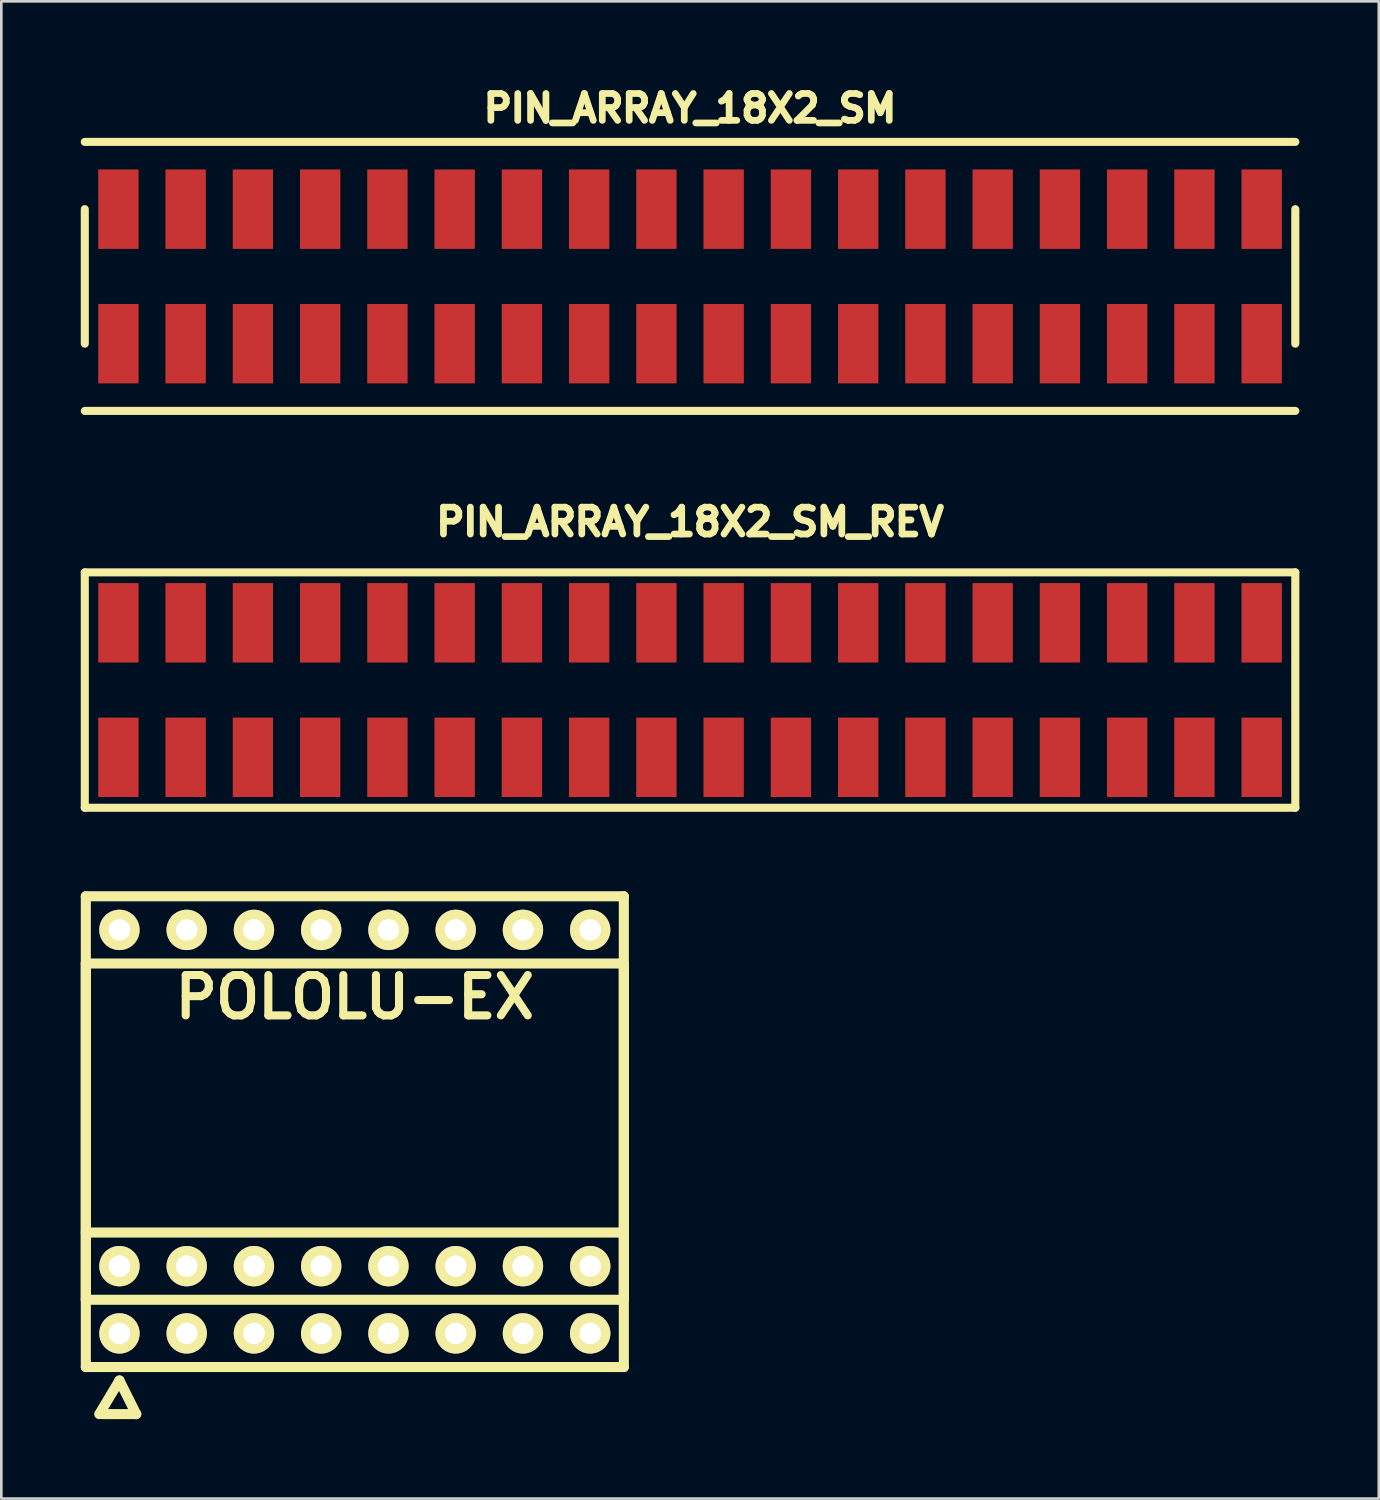
<source format=kicad_pcb>
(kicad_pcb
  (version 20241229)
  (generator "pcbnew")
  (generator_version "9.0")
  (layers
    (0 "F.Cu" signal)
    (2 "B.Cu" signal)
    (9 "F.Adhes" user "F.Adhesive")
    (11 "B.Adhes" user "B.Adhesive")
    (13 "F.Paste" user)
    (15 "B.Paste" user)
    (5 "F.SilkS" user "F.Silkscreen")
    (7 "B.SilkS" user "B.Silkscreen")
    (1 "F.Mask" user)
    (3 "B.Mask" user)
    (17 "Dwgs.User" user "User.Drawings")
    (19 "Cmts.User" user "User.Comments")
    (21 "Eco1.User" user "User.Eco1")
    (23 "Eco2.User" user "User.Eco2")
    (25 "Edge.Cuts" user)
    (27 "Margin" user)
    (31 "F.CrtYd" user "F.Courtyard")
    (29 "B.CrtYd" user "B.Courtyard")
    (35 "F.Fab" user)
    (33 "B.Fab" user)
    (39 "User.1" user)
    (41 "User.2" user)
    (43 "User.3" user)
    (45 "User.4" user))
  (footprint "POLOLU-EX"
    (layer "F.Cu")
    (at 10.351 44.771)
    (property "Reference" "POLOLU-EX" (at 0 -10.16 0) (layer "F.SilkS") (effects (font (size 1.524 1.524) (thickness 0.305))))
    (attr through_hole)
    (fp_line (start -10.16 -13.97) (end 10.16 -13.97) (stroke (width 0.381) (type solid)) (layer "F.SilkS"))
    (fp_line (start -10.16 -11.43) (end 10.16 -11.43) (stroke (width 0.381) (type solid)) (layer "F.SilkS"))
    (fp_line (start -10.16 -1.27) (end 10.16 -1.27) (stroke (width 0.381) (type solid)) (layer "F.SilkS"))
    (fp_line (start -10.16 1.27) (end -10.16 -13.97) (stroke (width 0.381) (type solid)) (layer "F.SilkS"))
    (fp_line (start -10.16 3.81) (end -10.16 -11.43) (stroke (width 0.381) (type solid)) (layer "F.SilkS"))
    (fp_line (start -9.652 5.588) (end -8.89 4.318) (stroke (width 0.381) (type solid)) (layer "F.SilkS"))
    (fp_line (start -8.89 4.318) (end -8.255 5.588) (stroke (width 0.381) (type solid)) (layer "F.SilkS"))
    (fp_line (start -8.255 5.588) (end -9.525 5.588) (stroke (width 0.381) (type solid)) (layer "F.SilkS"))
    (fp_line (start 10.16 -13.97) (end 10.16 1.27) (stroke (width 0.381) (type solid)) (layer "F.SilkS"))
    (fp_line (start 10.16 -11.43) (end 10.16 3.81) (stroke (width 0.381) (type solid)) (layer "F.SilkS"))
    (fp_line (start 10.16 1.27) (end -10.16 1.27) (stroke (width 0.381) (type solid)) (layer "F.SilkS"))
    (fp_line (start 10.16 3.81) (end -10.16 3.81) (stroke (width 0.381) (type solid)) (layer "F.SilkS"))
    (pad "1" thru_hole circle (at -8.89 0) (size 1.524 1.524) (drill 0.813) (layers "*.Cu" "*.Mask" "F.SilkS"))
    (pad "1" thru_hole circle (at -8.89 2.54) (size 1.524 1.524) (drill 0.813) (layers "*.Cu" "*.Mask" "F.SilkS"))
    (pad "2" thru_hole circle (at -6.35 0) (size 1.524 1.524) (drill 0.813) (layers "*.Cu" "*.Mask" "F.SilkS"))
    (pad "2" thru_hole circle (at -6.35 2.54) (size 1.524 1.524) (drill 0.813) (layers "*.Cu" "*.Mask" "F.SilkS"))
    (pad "3" thru_hole circle (at -3.81 0) (size 1.524 1.524) (drill 0.813) (layers "*.Cu" "*.Mask" "F.SilkS"))
    (pad "3" thru_hole circle (at -3.81 2.54) (size 1.524 1.524) (drill 0.813) (layers "*.Cu" "*.Mask" "F.SilkS"))
    (pad "4" thru_hole circle (at -1.27 0) (size 1.524 1.524) (drill 0.813) (layers "*.Cu" "*.Mask" "F.SilkS"))
    (pad "4" thru_hole circle (at -1.27 2.54) (size 1.524 1.524) (drill 0.813) (layers "*.Cu" "*.Mask" "F.SilkS"))
    (pad "5" thru_hole circle (at 1.27 0) (size 1.524 1.524) (drill 0.813) (layers "*.Cu" "*.Mask" "F.SilkS"))
    (pad "5" thru_hole circle (at 1.27 2.54) (size 1.524 1.524) (drill 0.813) (layers "*.Cu" "*.Mask" "F.SilkS"))
    (pad "6" thru_hole circle (at 3.81 0) (size 1.524 1.524) (drill 0.813) (layers "*.Cu" "*.Mask" "F.SilkS"))
    (pad "6" thru_hole circle (at 3.81 2.54) (size 1.524 1.524) (drill 0.813) (layers "*.Cu" "*.Mask" "F.SilkS"))
    (pad "7" thru_hole circle (at 6.35 0) (size 1.524 1.524) (drill 0.813) (layers "*.Cu" "*.Mask" "F.SilkS"))
    (pad "7" thru_hole circle (at 6.35 2.54) (size 1.524 1.524) (drill 0.813) (layers "*.Cu" "*.Mask" "F.SilkS"))
    (pad "8" thru_hole circle (at 8.89 0) (size 1.524 1.524) (drill 0.813) (layers "*.Cu" "*.Mask" "F.SilkS"))
    (pad "8" thru_hole circle (at 8.89 2.54) (size 1.524 1.524) (drill 0.813) (layers "*.Cu" "*.Mask" "F.SilkS"))
    (pad "9" thru_hole circle (at 8.89 -12.7) (size 1.524 1.524) (drill 0.813) (layers "*.Cu" "*.Mask" "F.SilkS"))
    (pad "10" thru_hole circle (at 6.35 -12.7) (size 1.524 1.524) (drill 0.813) (layers "*.Cu" "*.Mask" "F.SilkS"))
    (pad "11" thru_hole circle (at 3.81 -12.7) (size 1.524 1.524) (drill 0.813) (layers "*.Cu" "*.Mask" "F.SilkS"))
    (pad "12" thru_hole circle (at 1.27 -12.7) (size 1.524 1.524) (drill 0.813) (layers "*.Cu" "*.Mask" "F.SilkS"))
    (pad "13" thru_hole circle (at -1.27 -12.7) (size 1.524 1.524) (drill 0.813) (layers "*.Cu" "*.Mask" "F.SilkS"))
    (pad "14" thru_hole circle (at -3.81 -12.7) (size 1.524 1.524) (drill 0.813) (layers "*.Cu" "*.Mask" "F.SilkS"))
    (pad "15" thru_hole circle (at -6.35 -12.7) (size 1.524 1.524) (drill 0.813) (layers "*.Cu" "*.Mask" "F.SilkS"))
    (pad "16" thru_hole circle (at -8.89 -12.7) (size 1.524 1.524) (drill 0.813) (layers "*.Cu" "*.Mask" "F.SilkS")))
  (footprint "PIN_ARRAY_18X2_SM"
    (layer "F.Cu")
    (at 23.012 7.39)
    (property "Reference" "PIN_ARRAY_18X2_SM" (at 0 -6.35 0) (layer "F.SilkS") (effects (font (size 1.016 1.016) (thickness 0.254))))
    (attr through_hole)
    (fp_line (start -22.86 -5.08) (end 22.86 -5.08) (stroke (width 0.305) (type solid)) (layer "F.SilkS"))
    (fp_line (start -22.86 -2.54) (end -22.86 2.54) (stroke (width 0.305) (type solid)) (layer "F.SilkS"))
    (fp_line (start 22.86 -2.54) (end 22.86 2.54) (stroke (width 0.305) (type solid)) (layer "F.SilkS"))
    (fp_line (start 22.86 5.08) (end -22.86 5.08) (stroke (width 0.305) (type solid)) (layer "F.SilkS"))
    (pad "1" smd rect (at -21.59 2.54) (size 1.524 3) (layers "F.Cu" "F.Mask" "F.Paste"))
    (pad "2" smd rect (at -21.59 -2.54) (size 1.524 3) (layers "F.Cu" "F.Mask" "F.Paste"))
    (pad "3" smd rect (at -19.05 2.54) (size 1.524 3) (layers "F.Cu" "F.Mask" "F.Paste"))
    (pad "4" smd rect (at -19.05 -2.54) (size 1.524 3) (layers "F.Cu" "F.Mask" "F.Paste"))
    (pad "5" smd rect (at -16.51 2.54) (size 1.524 3) (layers "F.Cu" "F.Mask" "F.Paste"))
    (pad "6" smd rect (at -16.51 -2.54) (size 1.524 3) (layers "F.Cu" "F.Mask" "F.Paste"))
    (pad "7" smd rect (at -13.97 2.54) (size 1.524 3) (layers "F.Cu" "F.Mask" "F.Paste"))
    (pad "8" smd rect (at -13.97 -2.54) (size 1.524 3) (layers "F.Cu" "F.Mask" "F.Paste"))
    (pad "9" smd rect (at -11.43 2.54) (size 1.524 3) (layers "F.Cu" "F.Mask" "F.Paste"))
    (pad "10" smd rect (at -11.43 -2.54) (size 1.524 3) (layers "F.Cu" "F.Mask" "F.Paste"))
    (pad "11" smd rect (at -8.89 2.54) (size 1.524 3) (layers "F.Cu" "F.Mask" "F.Paste"))
    (pad "12" smd rect (at -8.89 -2.54) (size 1.524 3) (layers "F.Cu" "F.Mask" "F.Paste"))
    (pad "13" smd rect (at -6.35 2.54) (size 1.524 3) (layers "F.Cu" "F.Mask" "F.Paste"))
    (pad "14" smd rect (at -6.35 -2.54) (size 1.524 3) (layers "F.Cu" "F.Mask" "F.Paste"))
    (pad "15" smd rect (at -3.81 2.54) (size 1.524 3) (layers "F.Cu" "F.Mask" "F.Paste"))
    (pad "16" smd rect (at -3.81 -2.54) (size 1.524 3) (layers "F.Cu" "F.Mask" "F.Paste"))
    (pad "17" smd rect (at -1.27 2.54) (size 1.524 3) (layers "F.Cu" "F.Mask" "F.Paste"))
    (pad "18" smd rect (at -1.27 -2.54) (size 1.524 3) (layers "F.Cu" "F.Mask" "F.Paste"))
    (pad "19" smd rect (at 1.27 2.54) (size 1.524 3) (layers "F.Cu" "F.Mask" "F.Paste"))
    (pad "20" smd rect (at 1.27 -2.54) (size 1.524 3) (layers "F.Cu" "F.Mask" "F.Paste"))
    (pad "21" smd rect (at 3.81 2.54) (size 1.524 3) (layers "F.Cu" "F.Mask" "F.Paste"))
    (pad "22" smd rect (at 3.81 -2.54) (size 1.524 3) (layers "F.Cu" "F.Mask" "F.Paste"))
    (pad "23" smd rect (at 6.35 2.54) (size 1.524 3) (layers "F.Cu" "F.Mask" "F.Paste"))
    (pad "24" smd rect (at 6.35 -2.54) (size 1.524 3) (layers "F.Cu" "F.Mask" "F.Paste"))
    (pad "25" smd rect (at 8.89 2.54) (size 1.524 3) (layers "F.Cu" "F.Mask" "F.Paste"))
    (pad "26" smd rect (at 8.89 -2.54) (size 1.524 3) (layers "F.Cu" "F.Mask" "F.Paste"))
    (pad "27" smd rect (at 11.43 2.54) (size 1.524 3) (layers "F.Cu" "F.Mask" "F.Paste"))
    (pad "28" smd rect (at 11.43 -2.54) (size 1.524 3) (layers "F.Cu" "F.Mask" "F.Paste"))
    (pad "29" smd rect (at 13.97 2.54) (size 1.524 3) (layers "F.Cu" "F.Mask" "F.Paste"))
    (pad "30" smd rect (at 13.97 -2.54) (size 1.524 3) (layers "F.Cu" "F.Mask" "F.Paste"))
    (pad "31" smd rect (at 16.51 2.54) (size 1.524 3) (layers "F.Cu" "F.Mask" "F.Paste"))
    (pad "32" smd rect (at 16.51 -2.54) (size 1.524 3) (layers "F.Cu" "F.Mask" "F.Paste"))
    (pad "33" smd rect (at 19.05 2.54) (size 1.524 3) (layers "F.Cu" "F.Mask" "F.Paste"))
    (pad "34" smd rect (at 19.05 -2.54) (size 1.524 3) (layers "F.Cu" "F.Mask" "F.Paste"))
    (pad "35" smd rect (at 21.59 2.54) (size 1.524 3) (layers "F.Cu" "F.Mask" "F.Paste"))
    (pad "36" smd rect (at 21.59 -2.54) (size 1.524 3) (layers "F.Cu" "F.Mask" "F.Paste")))
  (footprint "PIN_ARRAY_18X2_SM_REV"
    (layer "F.Cu")
    (at 23.012 23.013)
    (property "Reference" "PIN_ARRAY_18X2_SM_REV" (at 0 -6.35 0) (layer "F.SilkS") (effects (font (size 1.016 1.016) (thickness 0.254))))
    (attr through_hole)
    (fp_line (start -22.86 -4.445) (end 22.86 -4.445) (stroke (width 0.305) (type solid)) (layer "F.SilkS"))
    (fp_line (start -22.86 4.445) (end -22.86 -4.445) (stroke (width 0.305) (type solid)) (layer "F.SilkS"))
    (fp_line (start 22.86 -4.445) (end 22.86 4.445) (stroke (width 0.305) (type solid)) (layer "F.SilkS"))
    (fp_line (start 22.86 4.445) (end -22.86 4.445) (stroke (width 0.305) (type solid)) (layer "F.SilkS"))
    (pad "1" smd rect (at -21.59 -2.54) (size 1.524 3) (layers "F.Cu" "F.Mask" "F.Paste"))
    (pad "2" smd rect (at -21.59 2.54) (size 1.524 3) (layers "F.Cu" "F.Mask" "F.Paste"))
    (pad "3" smd rect (at -19.05 -2.54) (size 1.524 3) (layers "F.Cu" "F.Mask" "F.Paste"))
    (pad "4" smd rect (at -19.05 2.54) (size 1.524 3) (layers "F.Cu" "F.Mask" "F.Paste"))
    (pad "5" smd rect (at -16.51 -2.54) (size 1.524 3) (layers "F.Cu" "F.Mask" "F.Paste"))
    (pad "6" smd rect (at -16.51 2.54) (size 1.524 3) (layers "F.Cu" "F.Mask" "F.Paste"))
    (pad "7" smd rect (at -13.97 -2.54) (size 1.524 3) (layers "F.Cu" "F.Mask" "F.Paste"))
    (pad "8" smd rect (at -13.97 2.54) (size 1.524 3) (layers "F.Cu" "F.Mask" "F.Paste"))
    (pad "9" smd rect (at -11.43 -2.54) (size 1.524 3) (layers "F.Cu" "F.Mask" "F.Paste"))
    (pad "10" smd rect (at -11.43 2.54) (size 1.524 3) (layers "F.Cu" "F.Mask" "F.Paste"))
    (pad "11" smd rect (at -8.89 -2.54) (size 1.524 3) (layers "F.Cu" "F.Mask" "F.Paste"))
    (pad "12" smd rect (at -8.89 2.54) (size 1.524 3) (layers "F.Cu" "F.Mask" "F.Paste"))
    (pad "13" smd rect (at -6.35 -2.54) (size 1.524 3) (layers "F.Cu" "F.Mask" "F.Paste"))
    (pad "14" smd rect (at -6.35 2.54) (size 1.524 3) (layers "F.Cu" "F.Mask" "F.Paste"))
    (pad "15" smd rect (at -3.81 -2.54) (size 1.524 3) (layers "F.Cu" "F.Mask" "F.Paste"))
    (pad "16" smd rect (at -3.81 2.54) (size 1.524 3) (layers "F.Cu" "F.Mask" "F.Paste"))
    (pad "17" smd rect (at -1.27 -2.54) (size 1.524 3) (layers "F.Cu" "F.Mask" "F.Paste"))
    (pad "18" smd rect (at -1.27 2.54) (size 1.524 3) (layers "F.Cu" "F.Mask" "F.Paste"))
    (pad "19" smd rect (at 1.27 -2.54) (size 1.524 3) (layers "F.Cu" "F.Mask" "F.Paste"))
    (pad "20" smd rect (at 1.27 2.54) (size 1.524 3) (layers "F.Cu" "F.Mask" "F.Paste"))
    (pad "21" smd rect (at 3.81 -2.54) (size 1.524 3) (layers "F.Cu" "F.Mask" "F.Paste"))
    (pad "22" smd rect (at 3.81 2.54) (size 1.524 3) (layers "F.Cu" "F.Mask" "F.Paste"))
    (pad "23" smd rect (at 6.35 -2.54) (size 1.524 3) (layers "F.Cu" "F.Mask" "F.Paste"))
    (pad "24" smd rect (at 6.35 2.54) (size 1.524 3) (layers "F.Cu" "F.Mask" "F.Paste"))
    (pad "25" smd rect (at 8.89 -2.54) (size 1.524 3) (layers "F.Cu" "F.Mask" "F.Paste"))
    (pad "26" smd rect (at 8.89 2.54) (size 1.524 3) (layers "F.Cu" "F.Mask" "F.Paste"))
    (pad "27" smd rect (at 11.43 -2.54) (size 1.524 3) (layers "F.Cu" "F.Mask" "F.Paste"))
    (pad "28" smd rect (at 11.43 2.54) (size 1.524 3) (layers "F.Cu" "F.Mask" "F.Paste"))
    (pad "29" smd rect (at 13.97 -2.54) (size 1.524 3) (layers "F.Cu" "F.Mask" "F.Paste"))
    (pad "30" smd rect (at 13.97 2.54) (size 1.524 3) (layers "F.Cu" "F.Mask" "F.Paste"))
    (pad "31" smd rect (at 16.51 -2.54) (size 1.524 3) (layers "F.Cu" "F.Mask" "F.Paste"))
    (pad "32" smd rect (at 16.51 2.54) (size 1.524 3) (layers "F.Cu" "F.Mask" "F.Paste"))
    (pad "33" smd rect (at 19.05 -2.54) (size 1.524 3) (layers "F.Cu" "F.Mask" "F.Paste"))
    (pad "34" smd rect (at 19.05 2.54) (size 1.524 3) (layers "F.Cu" "F.Mask" "F.Paste"))
    (pad "35" smd rect (at 21.59 -2.54) (size 1.524 3) (layers "F.Cu" "F.Mask" "F.Paste"))
    (pad "36" smd rect (at 21.59 2.54) (size 1.524 3) (layers "F.Cu" "F.Mask" "F.Paste")))
  (gr_rect
    (start -3 -3)
    (end 49.025 53.549)
    (stroke (width 0.1) (type default))
    (fill no)
    (layer "Edge.Cuts")))
</source>
